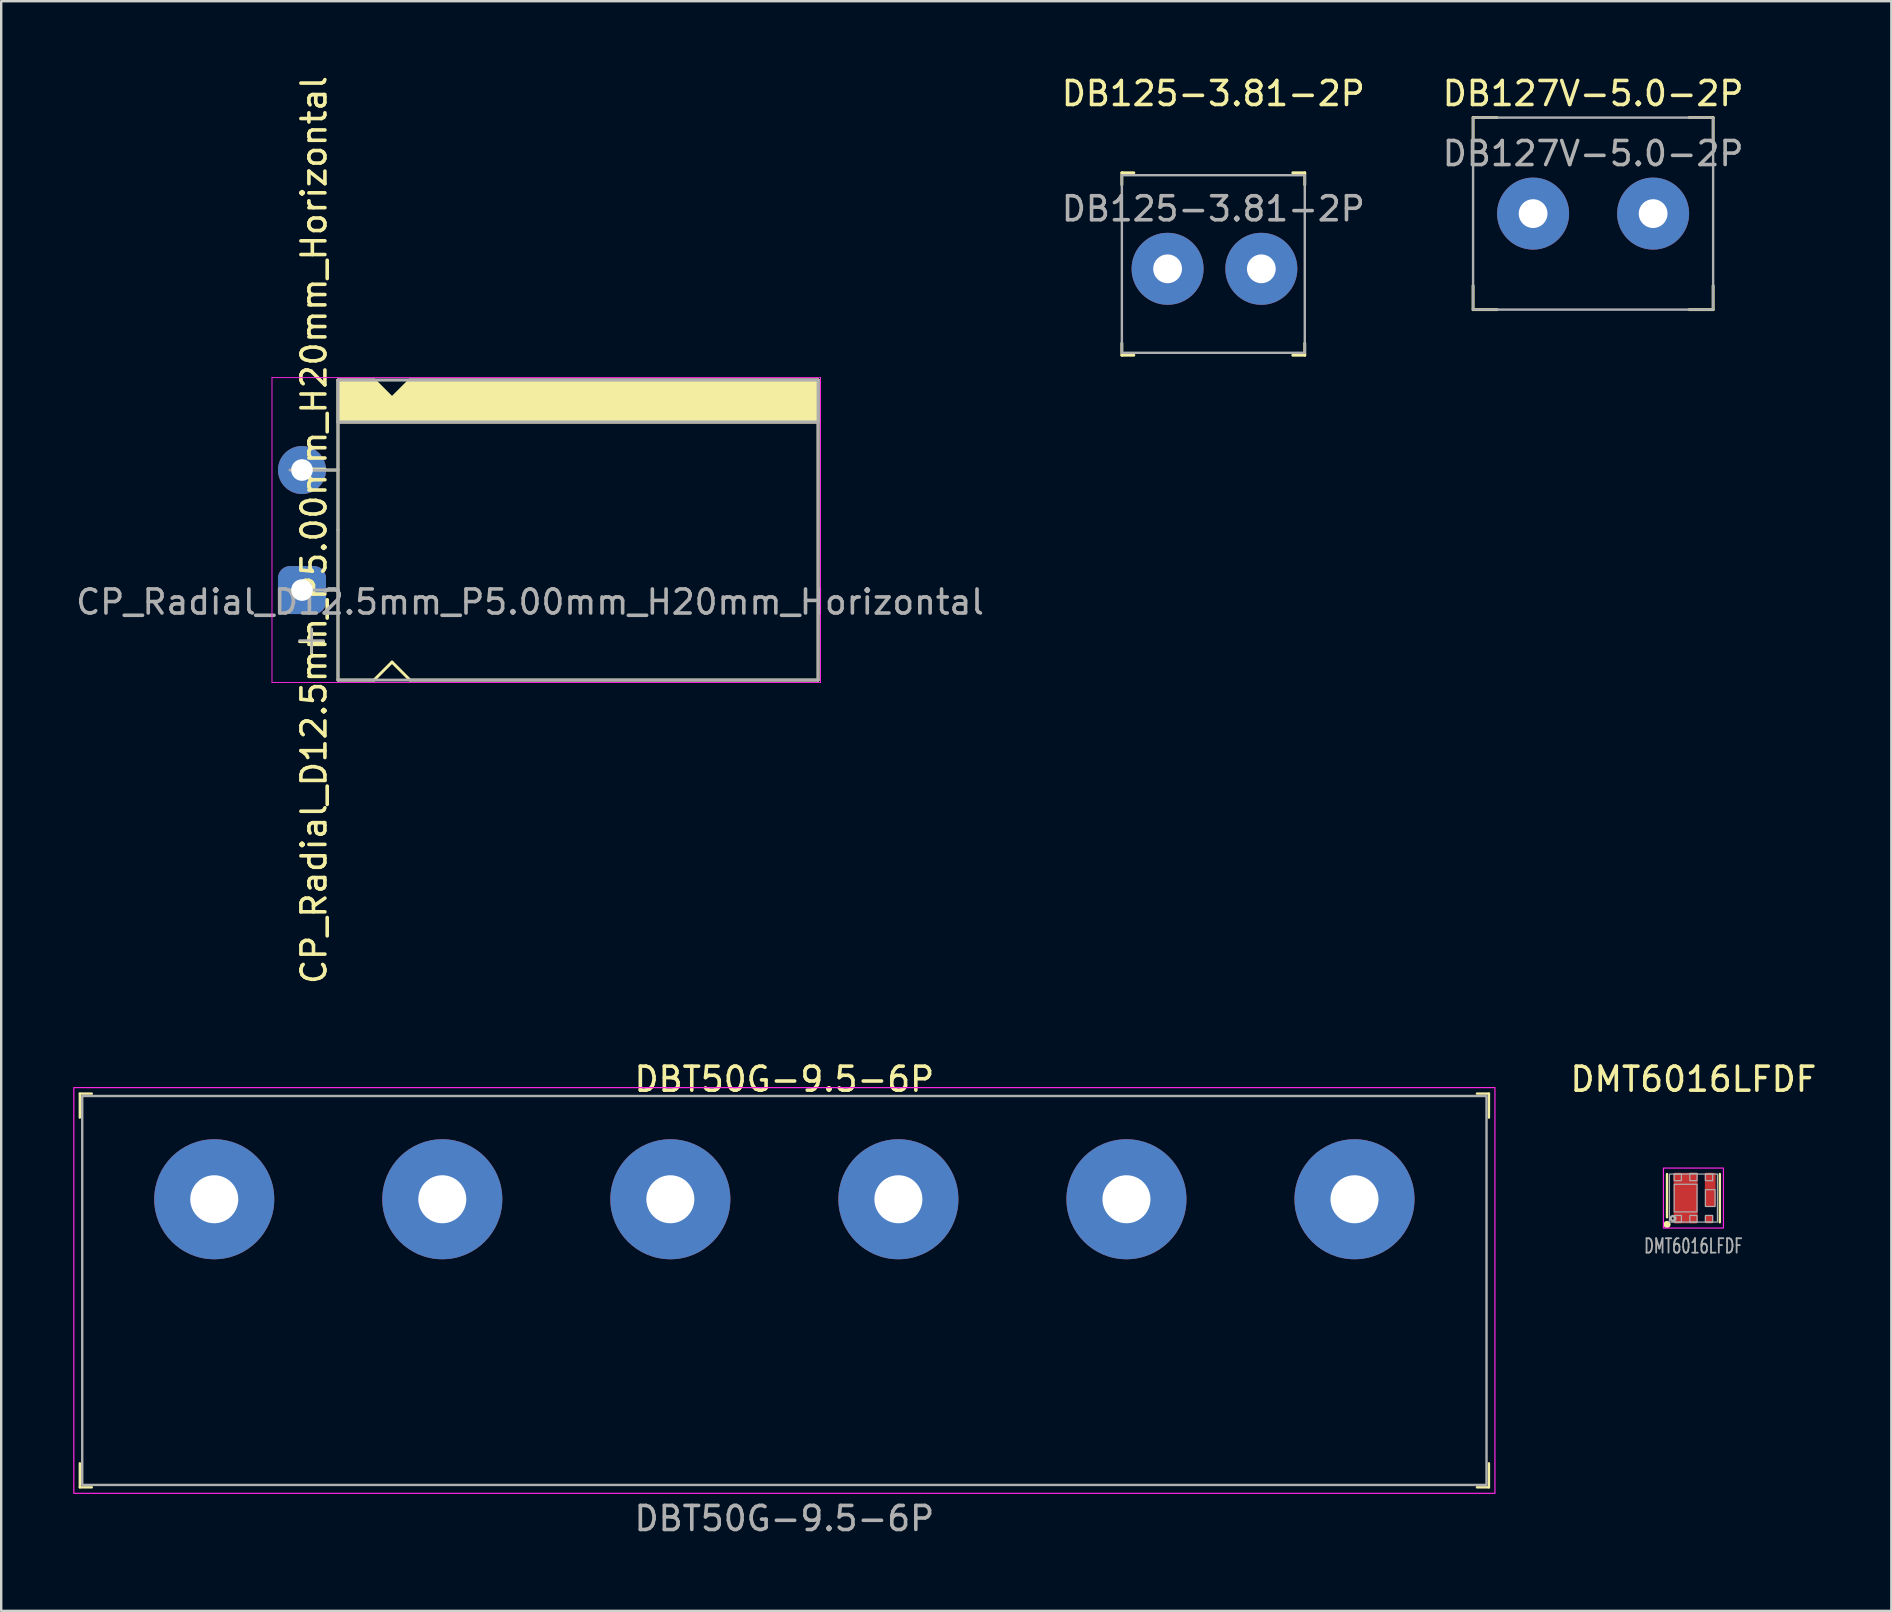
<source format=kicad_pcb>
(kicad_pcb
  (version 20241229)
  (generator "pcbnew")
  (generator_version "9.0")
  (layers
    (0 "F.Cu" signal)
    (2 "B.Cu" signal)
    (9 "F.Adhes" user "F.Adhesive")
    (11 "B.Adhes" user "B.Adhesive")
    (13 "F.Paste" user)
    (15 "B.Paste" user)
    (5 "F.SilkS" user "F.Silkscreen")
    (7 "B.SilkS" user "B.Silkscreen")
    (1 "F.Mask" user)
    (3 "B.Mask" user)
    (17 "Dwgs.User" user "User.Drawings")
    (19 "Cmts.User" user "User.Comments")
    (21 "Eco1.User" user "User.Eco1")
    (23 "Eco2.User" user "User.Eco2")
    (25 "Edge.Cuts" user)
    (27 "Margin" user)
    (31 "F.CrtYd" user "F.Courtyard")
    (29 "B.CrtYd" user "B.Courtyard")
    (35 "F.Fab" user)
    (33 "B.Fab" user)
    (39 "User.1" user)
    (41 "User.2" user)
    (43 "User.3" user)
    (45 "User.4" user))
  (footprint "DMT6016LFDF"
    (layer "F.Cu")
    (at 67.494 46.858)
    (property "Reference" "DMT6016LFDF" (at 0 -4.95 0) (layer "F.SilkS") (effects (font (size 1 1) (thickness 0.15))))
    (attr smd)
    (fp_rect (start -0.775 -0.55) (end 0.125 0.55) (stroke (width 0.15) (type solid)) (fill yes) (layer "F.Mask"))
    (fp_rect (start 0.525 -0.325) (end 0.875 0.325) (stroke (width 0.15) (type solid)) (fill yes) (layer "F.Mask"))
    (fp_line (start -1.1 0.8) (end -1.1 -1) (stroke (width 0.1) (type solid)) (layer "F.SilkS"))
    (fp_line (start 1.1 1.01) (end 1.1 -1) (stroke (width 0.1) (type solid)) (layer "F.SilkS"))
    (fp_circle (center -1.1 1.1) (end -0.95 1.1) (stroke (width 0) (type solid)) (fill yes) (layer "F.SilkS"))
    (fp_rect (start -0.725 -0.5) (end 0.075 0.5) (stroke (width 0.1) (type solid)) (fill yes) (layer "F.Paste"))
    (fp_rect (start 0.55 -0.3) (end 0.85 0.3) (stroke (width 0.1) (type solid)) (fill yes) (layer "F.Paste"))
    (fp_rect (start -1.25 1.25) (end 1.25 -1.25) (stroke (width 0.05) (type default)) (fill no) (layer "F.CrtYd"))
    (fp_rect (start -1 -1) (end 1 1) (stroke (width 0.05) (type default)) (fill no) (layer "F.Fab"))
    (fp_rect (start -0.8 -1) (end -0.5 -0.725) (stroke (width 0.05) (type default)) (fill no) (layer "F.Fab"))
    (fp_rect (start -0.8 -0.575) (end 0.15 0.575) (stroke (width 0.05) (type default)) (fill no) (layer "F.Fab"))
    (fp_rect (start -0.5 1) (end -0.8 0.725) (stroke (width 0.05) (type default)) (fill no) (layer "F.Fab"))
    (fp_rect (start -0.15 -1.025) (end 0.15 -0.725) (stroke (width 0.05) (type default)) (fill no) (layer "F.Fab"))
    (fp_rect (start 0.15 1) (end -0.15 0.725) (stroke (width 0.05) (type default)) (fill no) (layer "F.Fab"))
    (fp_rect (start 0.5 -1) (end 0.8 -0.725) (stroke (width 0.05) (type default)) (fill no) (layer "F.Fab"))
    (fp_rect (start 0.5 -0.35) (end 0.9 0.35) (stroke (width 0.05) (type default)) (fill no) (layer "F.Fab"))
    (fp_rect (start 0.8 1) (end 0.5 0.725) (stroke (width 0.05) (type default)) (fill no) (layer "F.Fab"))
    (fp_circle (center -0.85 0.85) (end -0.75 0.85) (stroke (width 0.1) (type solid)) (fill no) (layer "F.Fab"))
    (fp_text user "${REFERENCE}" (at 0 2 0) (layer "F.Fab") (effects (font (size 0.6 0.4) (thickness 0.075))))
    (pad "1" smd roundrect (at -0.65 0.875) (size 0.35 0.35) (layers "F.Cu" "F.Mask" "F.Paste") (roundrect_rratio 0.143))
    (pad "2" smd roundrect (at 0 0.875) (size 0.35 0.35) (layers "F.Cu" "F.Mask" "F.Paste") (roundrect_rratio 0.143))
    (pad "3" smd roundrect (at 0.65 0.875) (size 0.35 0.35) (layers "F.Cu" "F.Mask" "F.Paste") (roundrect_rratio 0.143))
    (pad "4" smd roundrect (at 0.65 -0.875) (size 0.35 0.35) (layers "F.Cu" "F.Mask" "F.Paste") (roundrect_rratio 0.143))
    (pad "5" smd roundrect (at 0 -0.875) (size 0.35 0.35) (layers "F.Cu" "F.Mask" "F.Paste") (roundrect_rratio 0.143))
    (pad "6" smd roundrect (at -0.65 -0.875) (size 0.35 0.35) (layers "F.Cu" "F.Mask" "F.Paste") (roundrect_rratio 0.143))
    (pad "7" smd roundrect (at 0.7 -0.338) (size 0.45 1.425) (layers "F.Cu") (roundrect_rratio 0.111))
    (pad "8" smd roundrect (at -0.325 0) (size 1 2.1) (layers "F.Cu") (roundrect_rratio 0.05)))
  (footprint "DBT50G-9.5-6P"
    (layer "F.Cu")
    (at 29.625 46.908)
    (property "Reference" "DBT50G-9.5-6P" (at 0 -5 0) (unlocked yes) (layer "F.SilkS") (effects (font (size 1 1) (thickness 0.15))))
    (attr through_hole)
    (fp_line (start -29.35 -4.4) (end -29.35 -3.4) (stroke (width 0.1) (type default)) (layer "F.SilkS"))
    (fp_line (start -29.35 -4.4) (end -28.85 -4.4) (stroke (width 0.1) (type default)) (layer "F.SilkS"))
    (fp_line (start -29.35 12) (end -29.35 11) (stroke (width 0.1) (type default)) (layer "F.SilkS"))
    (fp_line (start -29.35 12) (end -28.85 12) (stroke (width 0.1) (type default)) (layer "F.SilkS"))
    (fp_line (start 29.35 -4.4) (end 28.85 -4.4) (stroke (width 0.1) (type default)) (layer "F.SilkS"))
    (fp_line (start 29.35 -4.4) (end 29.35 -3.4) (stroke (width 0.1) (type default)) (layer "F.SilkS"))
    (fp_line (start 29.35 12) (end 28.85 12) (stroke (width 0.1) (type default)) (layer "F.SilkS"))
    (fp_line (start 29.35 12) (end 29.35 11) (stroke (width 0.1) (type default)) (layer "F.SilkS"))
    (fp_rect (start -29.6 -4.65) (end 29.6 12.25) (stroke (width 0.05) (type default)) (fill no) (layer "F.CrtYd"))
    (fp_rect (start -29.25 -4.3) (end 29.25 11.9) (stroke (width 0.1) (type default)) (fill no) (layer "F.Fab"))
    (fp_text user "${REFERENCE}" (at 0 13.3 0) (unlocked yes) (layer "F.Fab") (effects (font (size 1 1) (thickness 0.15))))
    (pad "1" thru_hole circle (at -23.75 0) (size 5 5) (drill 2) (layers "*.Cu" "*.Mask") (remove_unused_layers yes) (keep_end_layers yes) (zone_layer_connections))
    (pad "2" thru_hole circle (at -14.25 0) (size 5 5) (drill 2) (layers "*.Cu" "*.Mask") (remove_unused_layers yes) (keep_end_layers yes) (zone_layer_connections))
    (pad "3" thru_hole circle (at -4.75 0) (size 5 5) (drill 2) (layers "*.Cu" "*.Mask") (remove_unused_layers yes) (keep_end_layers yes) (zone_layer_connections))
    (pad "4" thru_hole circle (at 4.75 0) (size 5 5) (drill 2) (layers "*.Cu" "*.Mask") (remove_unused_layers yes) (keep_end_layers yes) (zone_layer_connections))
    (pad "5" thru_hole circle (at 14.25 0) (size 5 5) (drill 2) (layers "*.Cu" "*.Mask") (remove_unused_layers yes) (keep_end_layers yes) (zone_layer_connections))
    (pad "6" thru_hole circle (at 23.75 0) (size 5 5) (drill 2) (layers "*.Cu" "*.Mask") (remove_unused_layers yes) (keep_end_layers yes) (zone_layer_connections)))
  (footprint "DB125-3.81-2P"
    (layer "F.Cu")
    (at 47.494 8.148)
    (property "Reference" "DB125-3.81-2P" (at 0 -7.3 0) (unlocked yes) (layer "F.SilkS") (effects (font (size 1 1) (thickness 0.15))))
    (attr through_hole)
    (fp_line (start -3.81 -4) (end -3.81 -3.5) (stroke (width 0.12) (type default)) (layer "F.SilkS"))
    (fp_line (start -3.81 -4) (end -3.31 -4) (stroke (width 0.12) (type default)) (layer "F.SilkS"))
    (fp_line (start -3.81 3.6) (end -3.81 3.1) (stroke (width 0.12) (type default)) (layer "F.SilkS"))
    (fp_line (start -3.81 3.6) (end -3.31 3.6) (stroke (width 0.12) (type default)) (layer "F.SilkS"))
    (fp_line (start 3.81 -4) (end 3.31 -4) (stroke (width 0.12) (type default)) (layer "F.SilkS"))
    (fp_line (start 3.81 -4) (end 3.81 -3.5) (stroke (width 0.12) (type default)) (layer "F.SilkS"))
    (fp_line (start 3.81 3.6) (end 3.31 3.6) (stroke (width 0.12) (type default)) (layer "F.SilkS"))
    (fp_line (start 3.81 3.6) (end 3.81 3.1) (stroke (width 0.12) (type default)) (layer "F.SilkS"))
    (fp_rect (start -3.81 -3.9) (end 3.81 3.5) (stroke (width 0.1) (type default)) (fill no) (layer "F.Fab"))
    (fp_text user "${REFERENCE}" (at 0 -2.5 0) (unlocked yes) (layer "F.Fab") (effects (font (size 1 1) (thickness 0.15))))
    (pad "1" thru_hole circle (at -1.905 0) (size 3 3) (drill 1.2) (layers "*.Cu" "*.Mask"))
    (pad "2" thru_hole circle (at 2 0) (size 3 3) (drill 1.2) (layers "*.Cu" "*.Mask")))
  (footprint "CP_Radial_D12.5mm_P5.00mm_H20mm_Horizontal"
    (layer "F.Cu")
    (at 9.53 19.03)
    (property "Reference" "CP_Radial_D12.5mm_P5.00mm_H20mm_Horizontal" (at 0.5 0 270) (layer "F.SilkS") (effects (font (size 1 1) (thickness 0.15))))
    (attr through_hole)
    (fp_line (start -0.1 4.65) (end 0.9 4.65) (stroke (width 0.12) (type solid)) (layer "F.SilkS"))
    (fp_line (start 0.4 4.15) (end 0.4 5.15) (stroke (width 0.12) (type solid)) (layer "F.SilkS"))
    (fp_line (start 1 -2.5) (end 1.5 -2.5) (stroke (width 0.12) (type solid)) (layer "F.SilkS"))
    (fp_line (start 1 2.5) (end 1.5 2.5) (stroke (width 0.12) (type solid)) (layer "F.SilkS"))
    (fp_line (start 1.5 -6.25) (end 3 -6.25) (stroke (width 0.12) (type solid)) (layer "F.SilkS"))
    (fp_line (start 1.5 -4.5) (end 21.5 -4.5) (stroke (width 0.12) (type solid)) (layer "F.SilkS"))
    (fp_line (start 1.5 0) (end 1.5 -6.25) (stroke (width 0.12) (type solid)) (layer "F.SilkS"))
    (fp_line (start 1.5 0) (end 1.5 6.25) (stroke (width 0.12) (type solid)) (layer "F.SilkS"))
    (fp_line (start 1.5 6.25) (end 3 6.25) (stroke (width 0.12) (type solid)) (layer "F.SilkS"))
    (fp_line (start 3 -6.25) (end 3.75 -5.5) (stroke (width 0.12) (type solid)) (layer "F.SilkS"))
    (fp_line (start 3 6.25) (end 3.75 5.5) (stroke (width 0.12) (type solid)) (layer "F.SilkS"))
    (fp_line (start 3.75 -5.5) (end 4.5 -6.25) (stroke (width 0.12) (type solid)) (layer "F.SilkS"))
    (fp_line (start 3.75 5.5) (end 4.5 6.25) (stroke (width 0.12) (type solid)) (layer "F.SilkS"))
    (fp_line (start 4.5 -6.25) (end 21.5 -6.25) (stroke (width 0.12) (type solid)) (layer "F.SilkS"))
    (fp_line (start 4.5 6.25) (end 21.5 6.25) (stroke (width 0.12) (type solid)) (layer "F.SilkS"))
    (fp_line (start 21.5 -6.25) (end 21.5 6.25) (stroke (width 0.12) (type solid)) (layer "F.SilkS"))
    (fp_poly (pts (xy 3 -6.25) (xy 3.75 -5.5) (xy 4.5 -6.25) (xy 21.5 -6.25) (xy 21.5 -4.5) (xy 1.5 -4.5) (xy 1.5 -6.25)) (stroke (width 0.1) (type solid)) (fill yes) (layer "F.SilkS"))
    (fp_line (start -1.25 -6.35) (end 21.6 -6.35) (stroke (width 0.04) (type solid)) (layer "F.CrtYd"))
    (fp_line (start -1.25 6.35) (end -1.25 -6.35) (stroke (width 0.04) (type solid)) (layer "F.CrtYd"))
    (fp_line (start 21.6 -6.35) (end 21.6 6.35) (stroke (width 0.04) (type solid)) (layer "F.CrtYd"))
    (fp_line (start 21.6 6.35) (end -1.25 6.35) (stroke (width 0.04) (type solid)) (layer "F.CrtYd"))
    (fp_line (start -0.5 2.5) (end 1.5 2.5) (stroke (width 0.12) (type solid)) (layer "F.Fab"))
    (fp_line (start 0.4 5.1) (end 0.4 4.1) (stroke (width 0.1) (type solid)) (layer "F.Fab"))
    (fp_line (start 0.9 4.6) (end -0.1 4.6) (stroke (width 0.1) (type solid)) (layer "F.Fab"))
    (fp_line (start 1.5 -6.25) (end 1.5 2.5) (stroke (width 0.12) (type solid)) (layer "F.Fab"))
    (fp_line (start 1.5 -4.5) (end 21.5 -4.5) (stroke (width 0.12) (type solid)) (layer "F.Fab"))
    (fp_line (start 1.5 -2.5) (end -0.5 -2.5) (stroke (width 0.12) (type solid)) (layer "F.Fab"))
    (fp_line (start 1.5 2.5) (end 1.5 6.25) (stroke (width 0.12) (type solid)) (layer "F.Fab"))
    (fp_line (start 1.5 6.25) (end 21.5 6.25) (stroke (width 0.12) (type solid)) (layer "F.Fab"))
    (fp_line (start 21.5 -6.25) (end 1.5 -6.25) (stroke (width 0.12) (type solid)) (layer "F.Fab"))
    (fp_line (start 21.5 6.25) (end 21.5 -6.25) (stroke (width 0.12) (type solid)) (layer "F.Fab"))
    (fp_poly (pts (xy 21.5 -6.25) (xy 21.5 -4.5) (xy 1.5 -4.5) (xy 1.5 -6.25)) (stroke (width 0.1) (type solid)) (fill no) (layer "F.Fab"))
    (fp_text user "${REFERENCE}" (at 9.5 3 180) (layer "F.Fab") (effects (font (size 1 1) (thickness 0.15))))
    (pad "1" thru_hole roundrect (at 0 2.5 180) (size 2 2) (drill 0.9) (layers "*.Cu" "*.Mask") (remove_unused_layers yes) (keep_end_layers yes) (zone_layer_connections) (roundrect_rratio 0.25))
    (pad "2" thru_hole circle (at 0 -2.5 180) (size 2 2) (drill 0.9) (layers "*.Cu" "*.Mask")))
  (footprint "DB127V-5.0-2P"
    (layer "F.Cu")
    (at 63.315 5.848)
    (property "Reference" "DB127V-5.0-2P" (at 0 -5 0) (unlocked yes) (layer "F.SilkS") (effects (font (size 1 1) (thickness 0.15))))
    (attr through_hole)
    (fp_line (start -5 -4) (end -5 -3) (stroke (width 0.12) (type default)) (layer "F.SilkS"))
    (fp_line (start -5 -4) (end -4 -4) (stroke (width 0.12) (type default)) (layer "F.SilkS"))
    (fp_line (start -5 4) (end -5 3) (stroke (width 0.12) (type default)) (layer "F.SilkS"))
    (fp_line (start -5 4) (end -4 4) (stroke (width 0.12) (type default)) (layer "F.SilkS"))
    (fp_line (start 5 -4) (end 4 -4) (stroke (width 0.12) (type default)) (layer "F.SilkS"))
    (fp_line (start 5 -4) (end 5 -3) (stroke (width 0.12) (type default)) (layer "F.SilkS"))
    (fp_line (start 5 4) (end 4 4) (stroke (width 0.12) (type default)) (layer "F.SilkS"))
    (fp_line (start 5 4) (end 5 3) (stroke (width 0.12) (type default)) (layer "F.SilkS"))
    (fp_rect (start 5 -4) (end -5 4) (stroke (width 0.1) (type default)) (fill no) (layer "F.Fab"))
    (fp_text user "${REFERENCE}" (at 0 -2.5 0) (unlocked yes) (layer "F.Fab") (effects (font (size 1 1) (thickness 0.15))))
    (pad "1" thru_hole circle (at -2.5 0) (size 3 3) (drill 1.2) (layers "*.Cu" "*.Mask"))
    (pad "2" thru_hole circle (at 2.5 0) (size 3 3) (drill 1.2) (layers "*.Cu" "*.Mask")))
  (gr_rect
    (start -3 -3)
    (end 75.738 64.056)
    (stroke (width 0.1) (type default))
    (fill no)
    (layer "Edge.Cuts")))
</source>
